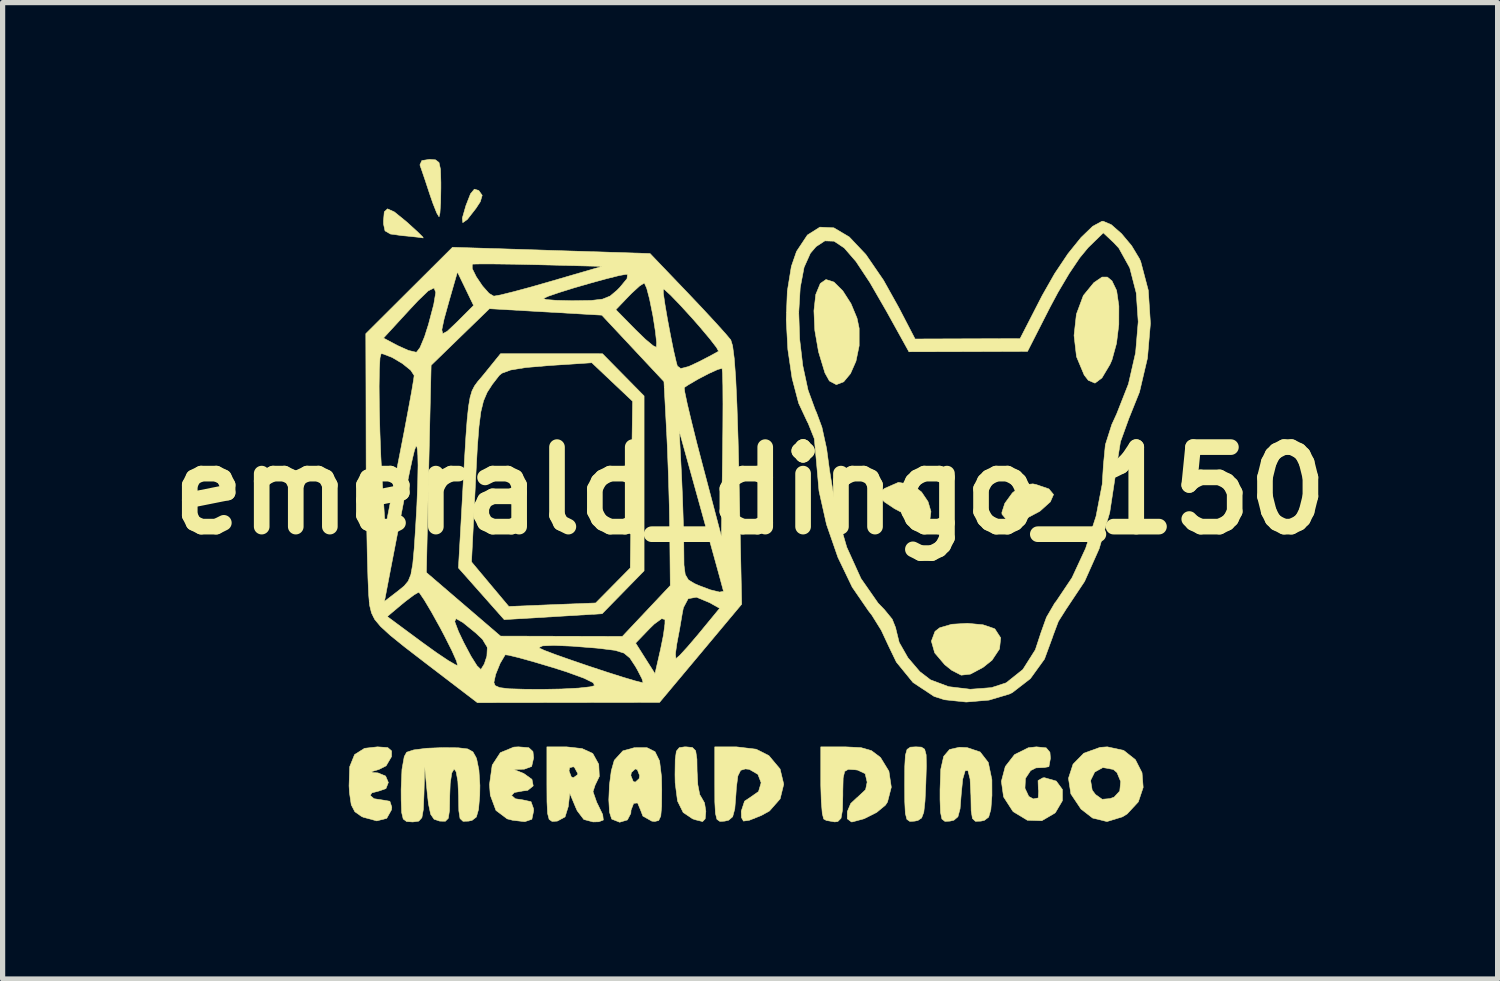
<source format=kicad_pcb>
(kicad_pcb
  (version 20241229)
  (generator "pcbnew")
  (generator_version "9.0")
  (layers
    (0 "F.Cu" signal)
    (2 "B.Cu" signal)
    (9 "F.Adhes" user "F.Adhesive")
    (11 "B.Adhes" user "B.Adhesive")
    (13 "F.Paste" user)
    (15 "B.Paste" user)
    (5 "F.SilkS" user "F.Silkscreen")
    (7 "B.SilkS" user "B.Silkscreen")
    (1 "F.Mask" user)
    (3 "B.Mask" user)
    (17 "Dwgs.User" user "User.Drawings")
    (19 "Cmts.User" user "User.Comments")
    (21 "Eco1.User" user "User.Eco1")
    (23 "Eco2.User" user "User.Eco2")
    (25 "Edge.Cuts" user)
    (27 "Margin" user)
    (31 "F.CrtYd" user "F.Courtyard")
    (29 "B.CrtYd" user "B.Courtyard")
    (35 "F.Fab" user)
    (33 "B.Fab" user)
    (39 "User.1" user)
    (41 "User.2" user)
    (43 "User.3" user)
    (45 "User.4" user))
  (footprint "emerald_dingo_150"
    (layer "F.Cu")
    (at 11.328 6.355)
    (property "Reference" "emerald_dingo_150" (at 0 0 0) (layer "F.SilkS") (effects (font (size 1.524 1.524) (thickness 0.3))))
    (attr through_hole)
    (fp_poly (pts (xy -5.205 -5.755) (xy -5.199 -5.751) (xy -5.135 -5.661) (xy -5.171 -5.539) (xy -5.254 -5.412) (xy -5.42 -5.199) (xy -5.507 -5.137) (xy -5.516 -5.224) (xy -5.448 -5.462) (xy -5.359 -5.69) (xy -5.285 -5.779) (xy -5.205 -5.755)) (stroke (width 0.01) (type solid)) (fill yes) (layer "F.SilkS"))
    (fp_poly (pts (xy -6.819 -5.343) (xy -6.597 -5.163) (xy -6.555 -5.126) (xy -6.378 -4.965) (xy -6.276 -4.864) (xy -6.265 -4.844) (xy -6.369 -4.858) (xy -6.577 -4.88) (xy -6.668 -4.888) (xy -6.894 -4.919) (xy -6.998 -4.98) (xy -7.026 -5.11) (xy -7.027 -5.17) (xy -7.012 -5.344) (xy -6.95 -5.402) (xy -6.819 -5.343)) (stroke (width 0.01) (type solid)) (fill yes) (layer "F.SilkS"))
    (fp_poly (pts (xy 3.109 -0.111) (xy 3.287 0.027) (xy 3.411 0.211) (xy 3.467 0.401) (xy 3.448 0.544) (xy 3.365 0.589) (xy 3.219 0.554) (xy 3.011 0.474) (xy 3.006 0.471) (xy 2.768 0.345) (xy 2.582 0.221) (xy 2.466 0.114) (xy 2.481 0.038) (xy 2.577 -0.042) (xy 2.844 -0.159) (xy 3.109 -0.111)) (stroke (width 0.01) (type solid)) (fill yes) (layer "F.SilkS"))
    (fp_poly (pts (xy 5.48 -0.118) (xy 5.728 -0.033) (xy 5.817 0.074) (xy 5.756 0.214) (xy 5.553 0.396) (xy 5.318 0.52) (xy 5.092 0.577) (xy 4.916 0.557) (xy 4.829 0.453) (xy 4.826 0.419) (xy 4.883 0.243) (xy 5.023 0.05) (xy 5.036 0.036) (xy 5.228 -0.109) (xy 5.421 -0.13) (xy 5.48 -0.118)) (stroke (width 0.01) (type solid)) (fill yes) (layer "F.SilkS"))
    (fp_poly (pts (xy -6.029 -6.341) (xy -5.963 -6.29) (xy -5.934 -6.158) (xy -5.927 -5.906) (xy -5.927 -5.8) (xy -5.932 -5.519) (xy -5.945 -5.321) (xy -5.962 -5.249) (xy -6.006 -5.322) (xy -6.081 -5.511) (xy -6.144 -5.694) (xy -6.232 -5.961) (xy -6.303 -6.169) (xy -6.329 -6.244) (xy -6.292 -6.327) (xy -6.147 -6.35) (xy -6.029 -6.341)) (stroke (width 0.01) (type solid)) (fill yes) (layer "F.SilkS"))
    (fp_poly (pts (xy 4.465 2.571) (xy 4.681 2.644) (xy 4.695 2.654) (xy 4.804 2.822) (xy 4.781 3.034) (xy 4.637 3.251) (xy 4.464 3.389) (xy 4.223 3.517) (xy 4.047 3.537) (xy 3.866 3.444) (xy 3.732 3.337) (xy 3.539 3.11) (xy 3.475 2.885) (xy 3.545 2.698) (xy 3.635 2.628) (xy 3.866 2.561) (xy 4.168 2.543) (xy 4.465 2.571)) (stroke (width 0.01) (type solid)) (fill yes) (layer "F.SilkS"))
    (fp_poly (pts (xy 1.608 -3.998) (xy 1.777 -3.83) (xy 1.934 -3.585) (xy 2.05 -3.306) (xy 2.091 -3.111) (xy 2.091 -2.778) (xy 2.03 -2.482) (xy 1.925 -2.244) (xy 1.794 -2.086) (xy 1.653 -2.032) (xy 1.52 -2.103) (xy 1.435 -2.256) (xy 1.312 -2.662) (xy 1.241 -3.071) (xy 1.224 -3.448) (xy 1.259 -3.76) (xy 1.346 -3.971) (xy 1.455 -4.047) (xy 1.608 -3.998)) (stroke (width 0.01) (type solid)) (fill yes) (layer "F.SilkS"))
    (fp_poly (pts (xy 6.937 -4.021) (xy 7.026 -3.836) (xy 7.069 -3.54) (xy 7.068 -3.185) (xy 7.024 -2.824) (xy 6.937 -2.507) (xy 6.898 -2.418) (xy 6.744 -2.16) (xy 6.611 -2.061) (xy 6.483 -2.115) (xy 6.404 -2.217) (xy 6.257 -2.568) (xy 6.21 -2.974) (xy 6.255 -3.382) (xy 6.388 -3.74) (xy 6.589 -3.986) (xy 6.747 -4.094) (xy 6.848 -4.094) (xy 6.937 -4.021)) (stroke (width 0.01) (type solid)) (fill yes) (layer "F.SilkS"))
    (fp_poly (pts (xy 3.284 4.916) (xy 3.346 4.956) (xy 3.375 5.064) (xy 3.379 5.274) (xy 3.369 5.609) (xy 3.353 5.953) (xy 3.33 6.163) (xy 3.288 6.274) (xy 3.217 6.322) (xy 3.154 6.335) (xy 3.062 6.34) (xy 3.006 6.301) (xy 2.976 6.186) (xy 2.965 5.964) (xy 2.963 5.636) (xy 2.965 5.286) (xy 2.977 5.072) (xy 3.009 4.96) (xy 3.072 4.917) (xy 3.174 4.911) (xy 3.178 4.911) (xy 3.284 4.916)) (stroke (width 0.01) (type solid)) (fill yes) (layer "F.SilkS"))
    (fp_poly (pts (xy -1.106 4.923) (xy -1.043 4.987) (xy -1.019 5.146) (xy -1.016 5.371) (xy -1.002 5.636) (xy -0.965 5.827) (xy -0.931 5.884) (xy -0.873 5.986) (xy -0.848 6.147) (xy -0.861 6.291) (xy -0.91 6.343) (xy -1.04 6.311) (xy -1.101 6.291) (xy -1.282 6.17) (xy -1.391 5.949) (xy -1.436 5.6) (xy -1.439 5.445) (xy -1.435 5.154) (xy -1.413 4.994) (xy -1.357 4.926) (xy -1.253 4.911) (xy -1.228 4.911) (xy -1.106 4.923)) (stroke (width 0.01) (type solid)) (fill yes) (layer "F.SilkS"))
    (fp_poly (pts (xy -6.945 4.925) (xy -6.872 4.989) (xy -6.873 5.098) (xy -6.977 5.275) (xy -7.112 5.343) (xy -7.254 5.386) (xy -7.237 5.404) (xy -7.133 5.41) (xy -6.986 5.471) (xy -6.934 5.594) (xy -6.98 5.711) (xy -7.112 5.757) (xy -7.25 5.793) (xy -7.281 5.842) (xy -7.209 5.905) (xy -7.064 5.927) (xy -6.905 5.954) (xy -6.868 6.066) (xy -6.873 6.117) (xy -6.965 6.281) (xy -7.156 6.33) (xy -7.418 6.259) (xy -7.451 6.243) (xy -7.576 6.155) (xy -7.645 6.022) (xy -7.679 5.791) (xy -7.687 5.659) (xy -7.675 5.292) (xy -7.581 5.059) (xy -7.39 4.939) (xy -7.142 4.911) (xy -6.945 4.925)) (stroke (width 0.01) (type solid)) (fill yes) (layer "F.SilkS"))
    (fp_poly (pts (xy -4.242 4.927) (xy -4.162 5.001) (xy -4.149 5.122) (xy -4.187 5.287) (xy -4.328 5.339) (xy -4.339 5.339) (xy -4.53 5.345) (xy -4.339 5.421) (xy -4.181 5.534) (xy -4.157 5.659) (xy -4.262 5.745) (xy -4.36 5.757) (xy -4.519 5.786) (xy -4.572 5.842) (xy -4.5 5.906) (xy -4.36 5.927) (xy -4.199 5.962) (xy -4.15 6.099) (xy -4.149 6.138) (xy -4.183 6.299) (xy -4.315 6.344) (xy -4.339 6.343) (xy -4.552 6.318) (xy -4.657 6.291) (xy -4.871 6.13) (xy -4.98 5.837) (xy -4.995 5.633) (xy -4.943 5.261) (xy -4.787 5.022) (xy -4.53 4.916) (xy -4.44 4.911) (xy -4.242 4.927)) (stroke (width 0.01) (type solid)) (fill yes) (layer "F.SilkS"))
    (fp_poly (pts (xy 7.161 4.979) (xy 7.386 5.157) (xy 7.513 5.407) (xy 7.535 5.689) (xy 7.442 5.966) (xy 7.228 6.197) (xy 7.139 6.252) (xy 6.841 6.343) (xy 6.566 6.276) (xy 6.343 6.103) (xy 6.149 5.813) (xy 6.109 5.554) (xy 6.527 5.554) (xy 6.558 5.741) (xy 6.621 5.825) (xy 6.749 5.916) (xy 6.899 5.903) (xy 6.978 5.875) (xy 7.086 5.758) (xy 7.104 5.575) (xy 7.033 5.404) (xy 6.962 5.344) (xy 6.762 5.308) (xy 6.606 5.394) (xy 6.527 5.554) (xy 6.109 5.554) (xy 6.103 5.514) (xy 6.191 5.243) (xy 6.397 5.033) (xy 6.708 4.921) (xy 6.848 4.911) (xy 7.161 4.979)) (stroke (width 0.01) (type solid)) (fill yes) (layer "F.SilkS"))
    (fp_poly (pts (xy 4.162 4.926) (xy 4.41 5.009) (xy 4.566 5.21) (xy 4.635 5.541) (xy 4.636 5.842) (xy 4.615 6.113) (xy 4.573 6.258) (xy 4.491 6.32) (xy 4.424 6.335) (xy 4.319 6.338) (xy 4.262 6.284) (xy 4.238 6.136) (xy 4.233 5.856) (xy 4.233 5.848) (xy 4.217 5.528) (xy 4.176 5.367) (xy 4.124 5.366) (xy 4.076 5.529) (xy 4.047 5.821) (xy 4.025 6.099) (xy 3.984 6.251) (xy 3.907 6.317) (xy 3.831 6.335) (xy 3.734 6.339) (xy 3.677 6.294) (xy 3.65 6.167) (xy 3.641 5.923) (xy 3.641 5.731) (xy 3.655 5.341) (xy 3.711 5.093) (xy 3.824 4.961) (xy 4.012 4.919) (xy 4.162 4.926)) (stroke (width 0.01) (type solid)) (fill yes) (layer "F.SilkS"))
    (fp_poly (pts (xy 5.676 4.93) (xy 5.748 5.016) (xy 5.757 5.131) (xy 5.728 5.291) (xy 5.639 5.307) (xy 5.479 5.314) (xy 5.377 5.366) (xy 5.278 5.516) (xy 5.269 5.705) (xy 5.342 5.861) (xy 5.429 5.909) (xy 5.524 5.89) (xy 5.531 5.756) (xy 5.525 5.719) (xy 5.52 5.557) (xy 5.612 5.505) (xy 5.646 5.503) (xy 5.869 5.567) (xy 5.987 5.728) (xy 5.987 5.943) (xy 5.856 6.166) (xy 5.842 6.181) (xy 5.592 6.327) (xy 5.315 6.318) (xy 5.048 6.156) (xy 5.034 6.142) (xy 4.859 5.87) (xy 4.817 5.572) (xy 4.892 5.288) (xy 5.069 5.06) (xy 5.334 4.928) (xy 5.488 4.911) (xy 5.676 4.93)) (stroke (width 0.01) (type solid)) (fill yes) (layer "F.SilkS"))
    (fp_poly (pts (xy 0.116 4.956) (xy 0.36 5.079) (xy 0.575 5.336) (xy 0.645 5.627) (xy 0.576 5.908) (xy 0.372 6.14) (xy 0.215 6.227) (xy -0.014 6.318) (xy -0.127 6.334) (xy -0.165 6.267) (xy -0.169 6.144) (xy -0.106 5.952) (xy -0.008 5.887) (xy 0.162 5.768) (xy 0.212 5.599) (xy 0.15 5.438) (xy -0.015 5.342) (xy -0.091 5.334) (xy -0.181 5.361) (xy -0.234 5.468) (xy -0.263 5.692) (xy -0.271 5.821) (xy -0.293 6.099) (xy -0.334 6.251) (xy -0.411 6.317) (xy -0.487 6.335) (xy -0.579 6.34) (xy -0.635 6.301) (xy -0.664 6.186) (xy -0.676 5.964) (xy -0.677 5.636) (xy -0.677 4.911) (xy -0.265 4.911) (xy 0.116 4.956)) (stroke (width 0.01) (type solid)) (fill yes) (layer "F.SilkS"))
    (fp_poly (pts (xy -3.22 4.944) (xy -3.021 5.035) (xy -3.012 5.044) (xy -2.901 5.245) (xy -2.89 5.478) (xy -2.971 5.646) (xy -3.011 5.77) (xy -2.939 5.977) (xy -2.928 5.997) (xy -2.825 6.21) (xy -2.813 6.314) (xy -2.9 6.347) (xy -3.01 6.35) (xy -3.187 6.303) (xy -3.314 6.136) (xy -3.341 6.076) (xy -3.456 5.801) (xy -3.485 6.055) (xy -3.547 6.254) (xy -3.692 6.333) (xy -3.704 6.335) (xy -3.796 6.34) (xy -3.852 6.301) (xy -3.882 6.186) (xy -3.893 5.964) (xy -3.895 5.636) (xy -3.895 5.371) (xy -3.471 5.371) (xy -3.427 5.487) (xy -3.387 5.503) (xy -3.304 5.443) (xy -3.302 5.424) (xy -3.364 5.309) (xy -3.387 5.292) (xy -3.459 5.311) (xy -3.471 5.371) (xy -3.895 5.371) (xy -3.895 4.911) (xy -3.52 4.911) (xy -3.22 4.944)) (stroke (width 0.01) (type solid)) (fill yes) (layer "F.SilkS"))
    (fp_poly (pts (xy -1.976 4.927) (xy -1.822 5.004) (xy -1.735 5.181) (xy -1.698 5.485) (xy -1.693 5.731) (xy -1.696 6.052) (xy -1.712 6.238) (xy -1.752 6.323) (xy -1.826 6.341) (xy -1.884 6.335) (xy -2.055 6.238) (xy -2.102 6.116) (xy -2.156 5.986) (xy -2.232 5.994) (xy -2.282 6.124) (xy -2.286 6.186) (xy -2.352 6.312) (xy -2.5 6.356) (xy -2.649 6.297) (xy -2.653 6.294) (xy -2.695 6.163) (xy -2.708 5.926) (xy -2.696 5.642) (xy -2.672 5.461) (xy -2.286 5.461) (xy -2.24 5.574) (xy -2.201 5.588) (xy -2.126 5.519) (xy -2.117 5.461) (xy -2.162 5.348) (xy -2.201 5.334) (xy -2.276 5.403) (xy -2.286 5.461) (xy -2.672 5.461) (xy -2.661 5.372) (xy -2.605 5.174) (xy -2.6 5.165) (xy -2.439 4.988) (xy -2.215 4.926) (xy -1.976 4.927)) (stroke (width 0.01) (type solid)) (fill yes) (layer "F.SilkS"))
    (fp_poly (pts (xy 2.127 4.926) (xy 2.327 4.984) (xy 2.489 5.106) (xy 2.502 5.118) (xy 2.661 5.378) (xy 2.707 5.684) (xy 2.634 5.968) (xy 2.594 6.029) (xy 2.426 6.168) (xy 2.185 6.289) (xy 1.963 6.349) (xy 1.942 6.35) (xy 1.863 6.29) (xy 1.864 6.152) (xy 1.929 5.997) (xy 2.046 5.887) (xy 2.053 5.883) (xy 2.214 5.732) (xy 2.244 5.588) (xy 2.206 5.425) (xy 2.063 5.357) (xy 2.011 5.35) (xy 1.882 5.342) (xy 1.813 5.382) (xy 1.784 5.507) (xy 1.778 5.755) (xy 1.778 5.836) (xy 1.771 6.124) (xy 1.743 6.28) (xy 1.682 6.342) (xy 1.623 6.35) (xy 1.462 6.322) (xy 1.411 6.294) (xy 1.384 6.188) (xy 1.365 5.957) (xy 1.355 5.648) (xy 1.355 5.574) (xy 1.355 4.911) (xy 1.824 4.911) (xy 2.127 4.926)) (stroke (width 0.01) (type solid)) (fill yes) (layer "F.SilkS"))
    (fp_poly (pts (xy -2.032 -1.815) (xy -2.032 1.537) (xy -2.434 1.948) (xy -2.836 2.359) (xy -3.775 2.416) (xy -4.713 2.472) (xy -5.59 1.482) (xy -5.584 1.366) (xy -5.34 1.366) (xy -4.983 1.793) (xy -4.625 2.22) (xy -3.793 2.186) (xy -2.96 2.153) (xy -2.628 1.817) (xy -2.297 1.482) (xy -2.275 -0.115) (xy -2.252 -1.713) (xy -3.034 -2.452) (xy -3.867 -2.397) (xy -4.3 -2.36) (xy -4.589 -2.313) (xy -4.757 -2.251) (xy -4.808 -2.209) (xy -4.94 -2.039) (xy -5.039 -1.886) (xy -5.11 -1.72) (xy -5.161 -1.511) (xy -5.197 -1.229) (xy -5.227 -0.846) (xy -5.255 -0.33) (xy -5.263 -0.161) (xy -5.34 1.366) (xy -5.584 1.366) (xy -5.547 0.72) (xy -5.507 -0.006) (xy -5.475 -0.582) (xy -5.448 -1.029) (xy -5.423 -1.366) (xy -5.397 -1.612) (xy -5.367 -1.788) (xy -5.33 -1.913) (xy -5.282 -2.007) (xy -5.222 -2.089) (xy -5.145 -2.179) (xy -5.093 -2.242) (xy -4.784 -2.624) (xy -2.83 -2.625) (xy -2.032 -1.815)) (stroke (width 0.01) (type solid)) (fill yes) (layer "F.SilkS"))
    (fp_poly (pts (xy -5.594 4.929) (xy -5.412 4.951) (xy -5.313 5.007) (xy -5.254 5.111) (xy -5.241 5.144) (xy -5.198 5.355) (xy -5.179 5.651) (xy -5.182 5.836) (xy -5.205 6.11) (xy -5.247 6.256) (xy -5.329 6.32) (xy -5.397 6.335) (xy -5.503 6.338) (xy -5.56 6.284) (xy -5.583 6.136) (xy -5.588 5.856) (xy -5.588 5.848) (xy -5.601 5.575) (xy -5.634 5.39) (xy -5.673 5.334) (xy -5.718 5.411) (xy -5.748 5.613) (xy -5.757 5.848) (xy -5.762 6.131) (xy -5.785 6.281) (xy -5.841 6.337) (xy -5.945 6.335) (xy -5.948 6.335) (xy -6.057 6.299) (xy -6.123 6.203) (xy -6.165 6.005) (xy -6.188 5.8) (xy -6.237 5.292) (xy -6.251 5.821) (xy -6.263 6.11) (xy -6.291 6.268) (xy -6.351 6.335) (xy -6.46 6.35) (xy -6.477 6.35) (xy -6.585 6.342) (xy -6.649 6.294) (xy -6.679 6.169) (xy -6.688 5.933) (xy -6.689 5.725) (xy -6.673 5.344) (xy -6.629 5.097) (xy -6.583 5.014) (xy -6.449 4.97) (xy -6.2 4.938) (xy -5.901 4.926) (xy -5.594 4.929)) (stroke (width 0.01) (type solid)) (fill yes) (layer "F.SilkS"))
    (fp_poly (pts (xy 6.924 -5.098) (xy 7.12 -4.926) (xy 7.314 -4.694) (xy 7.464 -4.445) (xy 7.488 -4.39) (xy 7.633 -3.84) (xy 7.674 -3.206) (xy 7.617 -2.54) (xy 7.464 -1.889) (xy 7.258 -1.376) (xy 7.099 -0.935) (xy 7.009 -0.37) (xy 7.003 -0.296) (xy 6.894 0.42) (xy 6.691 1.114) (xy 6.412 1.74) (xy 6.073 2.249) (xy 6.069 2.254) (xy 5.909 2.507) (xy 5.805 2.784) (xy 5.803 2.794) (xy 5.643 3.229) (xy 5.372 3.604) (xy 5.027 3.871) (xy 4.969 3.899) (xy 4.58 4.015) (xy 4.141 4.052) (xy 3.727 4.008) (xy 3.527 3.944) (xy 3.123 3.677) (xy 2.804 3.286) (xy 2.658 2.984) (xy 2.515 2.677) (xy 2.334 2.386) (xy 2.27 2.304) (xy 1.958 1.85) (xy 1.684 1.28) (xy 1.465 0.648) (xy 1.321 0.006) (xy 1.269 -0.585) (xy 1.231 -0.997) (xy 1.11 -1.299) (xy 1.101 -1.312) (xy 0.931 -1.676) (xy 0.805 -2.156) (xy 0.724 -2.706) (xy 0.693 -3.278) (xy 0.698 -3.418) (xy 0.933 -3.418) (xy 0.95 -2.906) (xy 1.01 -2.396) (xy 1.111 -1.927) (xy 1.252 -1.541) (xy 1.271 -1.502) (xy 1.377 -1.215) (xy 1.467 -0.805) (xy 1.522 -0.397) (xy 1.649 0.382) (xy 1.853 1.084) (xy 2.125 1.684) (xy 2.454 2.156) (xy 2.574 2.28) (xy 2.724 2.463) (xy 2.793 2.635) (xy 2.794 2.649) (xy 2.858 2.909) (xy 3.025 3.202) (xy 3.254 3.47) (xy 3.459 3.627) (xy 3.806 3.757) (xy 4.22 3.807) (xy 4.626 3.776) (xy 4.908 3.684) (xy 5.228 3.429) (xy 5.468 3.05) (xy 5.575 2.724) (xy 5.681 2.428) (xy 5.84 2.155) (xy 5.868 2.121) (xy 6.171 1.669) (xy 6.432 1.106) (xy 6.632 0.49) (xy 6.75 -0.123) (xy 6.773 -0.494) (xy 6.81 -0.879) (xy 6.933 -1.266) (xy 7.027 -1.471) (xy 7.253 -2.046) (xy 7.39 -2.645) (xy 7.44 -3.237) (xy 7.402 -3.79) (xy 7.278 -4.271) (xy 7.068 -4.65) (xy 6.972 -4.753) (xy 6.771 -4.942) (xy 6.48 -4.659) (xy 6.32 -4.465) (xy 6.117 -4.164) (xy 5.902 -3.801) (xy 5.753 -3.523) (xy 5.318 -2.669) (xy 4.182 -2.665) (xy 3.045 -2.662) (xy 2.615 -3.438) (xy 2.297 -3.989) (xy 2.031 -4.391) (xy 1.805 -4.652) (xy 1.61 -4.782) (xy 1.433 -4.788) (xy 1.265 -4.678) (xy 1.156 -4.551) (xy 1.035 -4.281) (xy 0.961 -3.89) (xy 0.933 -3.418) (xy 0.698 -3.418) (xy 0.714 -3.824) (xy 0.791 -4.298) (xy 0.89 -4.585) (xy 1.099 -4.9) (xy 1.338 -5.051) (xy 1.606 -5.038) (xy 1.901 -4.863) (xy 2.219 -4.527) (xy 2.558 -4.033) (xy 2.852 -3.506) (xy 3.163 -2.907) (xy 5.175 -2.914) (xy 5.598 -3.738) (xy 5.838 -4.16) (xy 6.093 -4.541) (xy 6.344 -4.852) (xy 6.568 -5.068) (xy 6.744 -5.163) (xy 6.767 -5.165) (xy 6.924 -5.098)) (stroke (width 0.01) (type solid)) (fill yes) (layer "F.SilkS"))
    (fp_poly (pts (xy -3.811 -4.605) (xy -1.918 -4.545) (xy -1.196 -3.791) (xy -0.908 -3.487) (xy -0.656 -3.215) (xy -0.468 -3.006) (xy -0.37 -2.889) (xy -0.335 -2.776) (xy -0.304 -2.537) (xy -0.276 -2.163) (xy -0.252 -1.646) (xy -0.23 -0.977) (xy -0.213 -0.282) (xy -0.161 2.177) (xy -0.948 3.118) (xy -1.736 4.059) (xy -5.227 4.064) (xy -5.733 3.677) (xy -4.911 3.677) (xy -4.887 3.737) (xy -4.798 3.776) (xy -4.616 3.798) (xy -4.313 3.807) (xy -4 3.809) (xy -3.617 3.802) (xy -3.291 3.785) (xy -3.064 3.76) (xy -2.982 3.738) (xy -3.005 3.683) (xy -3.184 3.595) (xy -3.511 3.476) (xy -3.771 3.393) (xy -4.133 3.285) (xy -4.43 3.202) (xy -4.628 3.154) (xy -4.694 3.146) (xy -4.791 3.31) (xy -4.877 3.522) (xy -4.911 3.677) (xy -5.733 3.677) (xy -6.233 3.295) (xy -6.624 2.994) (xy -6.9 2.771) (xy -7.083 2.603) (xy -7.195 2.469) (xy -7.223 2.413) (xy -6.955 2.413) (xy -6.298 2.899) (xy -6.015 3.103) (xy -5.785 3.257) (xy -5.64 3.341) (xy -5.606 3.349) (xy -5.628 3.264) (xy -5.716 3.066) (xy -5.855 2.79) (xy -5.939 2.63) (xy -6.007 2.508) (xy -5.662 2.508) (xy -5.59 2.699) (xy -5.489 2.911) (xy -5.35 3.173) (xy -5.234 3.357) (xy -5.163 3.426) (xy -5.158 3.425) (xy -5.095 3.323) (xy -5.045 3.172) (xy -5.037 3.007) (xy -4.045 3.007) (xy -4.038 3.018) (xy -3.943 3.062) (xy -3.729 3.143) (xy -3.434 3.247) (xy -3.095 3.363) (xy -2.75 3.477) (xy -2.438 3.576) (xy -2.196 3.648) (xy -2.063 3.681) (xy -2.05 3.68) (xy -2.073 3.604) (xy -2.16 3.435) (xy -2.199 3.367) (xy -2.304 3.208) (xy -2.417 3.114) (xy -2.588 3.061) (xy -2.868 3.026) (xy -2.943 3.018) (xy -3.41 2.981) (xy -3.76 2.966) (xy -3.977 2.975) (xy -4.045 3.007) (xy -5.037 3.007) (xy -5.036 3.004) (xy -5.086 2.922) (xy -2.194 2.922) (xy -2.009 3.215) (xy -1.823 3.508) (xy -1.736 3.128) (xy -1.431 3.128) (xy -1.422 3.216) (xy -1.418 3.217) (xy -1.348 3.157) (xy -1.201 2.997) (xy -1.008 2.771) (xy -0.979 2.736) (xy -0.583 2.255) (xy -0.778 2.146) (xy -1.028 2.042) (xy -1.187 2.071) (xy -1.278 2.243) (xy -1.299 2.349) (xy -1.35 2.649) (xy -1.404 2.935) (xy -1.405 2.942) (xy -1.431 3.128) (xy -1.736 3.128) (xy -1.717 3.045) (xy -1.661 2.769) (xy -1.632 2.553) (xy -1.631 2.471) (xy -1.694 2.453) (xy -1.838 2.558) (xy -1.923 2.641) (xy -2.194 2.922) (xy -5.086 2.922) (xy -5.129 2.85) (xy -5.259 2.727) (xy -5.504 2.528) (xy -5.636 2.453) (xy -5.662 2.508) (xy -6.007 2.508) (xy -6.105 2.331) (xy -6.243 2.099) (xy -6.333 1.966) (xy -6.353 1.947) (xy -6.44 1.997) (xy -6.605 2.121) (xy -6.677 2.18) (xy -6.955 2.413) (xy -7.223 2.413) (xy -7.257 2.344) (xy -7.291 2.206) (xy -7.296 2.173) (xy -7.3 2.124) (xy -7.009 2.124) (xy -6.743 1.919) (xy -6.63 1.827) (xy -6.553 1.734) (xy -6.501 1.605) (xy -6.495 1.569) (xy -6.205 1.569) (xy -4.784 2.788) (xy -3.616 2.791) (xy -2.448 2.794) (xy -1.989 2.307) (xy -1.53 1.82) (xy -1.539 0.847) (xy -1.548 0.319) (xy -1.565 -0.282) (xy -1.587 -0.86) (xy -1.599 -1.109) (xy -1.601 -1.143) (xy -1.358 -1.143) (xy -1.314 -0.296) (xy -1.295 0.148) (xy -1.28 0.606) (xy -1.271 1.001) (xy -1.27 1.122) (xy -1.267 1.426) (xy -1.243 1.607) (xy -1.183 1.71) (xy -1.066 1.781) (xy -0.995 1.813) (xy -0.762 1.901) (xy -0.585 1.944) (xy -0.51 1.93) (xy -0.51 1.926) (xy -0.533 1.842) (xy -0.593 1.62) (xy -0.685 1.287) (xy -0.801 0.868) (xy -0.933 0.388) (xy -0.935 0.381) (xy -1.358 -1.143) (xy -1.601 -1.143) (xy -1.645 -1.976) (xy -1.262 -1.976) (xy -1.252 -1.89) (xy -1.205 -1.667) (xy -1.126 -1.335) (xy -1.023 -0.92) (xy -0.923 -0.537) (xy -0.55 0.875) (xy -0.527 -0.718) (xy -0.522 -1.219) (xy -0.52 -1.659) (xy -0.522 -2.011) (xy -0.528 -2.248) (xy -0.537 -2.344) (xy -0.538 -2.344) (xy -0.619 -2.323) (xy -0.791 -2.245) (xy -0.998 -2.137) (xy -1.184 -2.028) (xy -1.262 -1.976) (xy -1.645 -1.976) (xy -1.651 -2.091) (xy -2.246 -2.727) (xy -2.842 -3.364) (xy -3.919 -3.426) (xy -4.668 -3.469) (xy -2.573 -3.469) (xy -2.202 -3.091) (xy -2.005 -2.9) (xy -1.857 -2.777) (xy -1.796 -2.748) (xy -1.792 -2.842) (xy -1.816 -3.058) (xy -1.862 -3.351) (xy -1.868 -3.381) (xy -1.927 -3.673) (xy -1.978 -3.867) (xy -1.665 -3.867) (xy -1.662 -3.778) (xy -1.632 -3.571) (xy -1.584 -3.29) (xy -1.526 -2.982) (xy -1.468 -2.693) (xy -1.416 -2.469) (xy -1.394 -2.389) (xy -1.33 -2.341) (xy -1.179 -2.379) (xy -0.997 -2.463) (xy -0.778 -2.576) (xy -0.633 -2.655) (xy -0.604 -2.673) (xy -0.643 -2.744) (xy -0.772 -2.911) (xy -0.97 -3.146) (xy -1.104 -3.299) (xy -1.336 -3.553) (xy -1.523 -3.747) (xy -1.64 -3.854) (xy -1.665 -3.867) (xy -1.978 -3.867) (xy -1.984 -3.886) (xy -2.026 -3.978) (xy -2.03 -3.979) (xy -2.117 -3.924) (xy -2.27 -3.784) (xy -2.329 -3.724) (xy -2.573 -3.469) (xy -4.668 -3.469) (xy -4.996 -3.488) (xy -5.555 -2.946) (xy -6.114 -2.403) (xy -6.16 -0.417) (xy -6.205 1.569) (xy -6.495 1.569) (xy -6.466 1.407) (xy -6.438 1.105) (xy -6.412 0.709) (xy -6.387 0.271) (xy -6.371 -0.145) (xy -6.365 -0.486) (xy -6.369 -0.677) (xy -6.377 -0.785) (xy -6.388 -0.847) (xy -6.405 -0.85) (xy -6.432 -0.778) (xy -6.471 -0.618) (xy -6.528 -0.354) (xy -6.604 0.026) (xy -6.704 0.539) (xy -6.831 1.197) (xy -6.891 1.507) (xy -7.009 2.124) (xy -7.3 2.124) (xy -7.311 1.997) (xy -7.325 1.678) (xy -7.338 1.24) (xy -7.348 0.71) (xy -7.356 0.112) (xy -7.36 -0.527) (xy -7.36 -0.594) (xy -7.363 -1.998) (xy -7.111 -1.998) (xy -7.107 -1.591) (xy -7.096 -1.134) (xy -7.078 -0.657) (xy -7.053 -0.204) (xy -6.993 0.72) (xy -6.719 -0.677) (xy -6.627 -1.15) (xy -6.548 -1.571) (xy -6.486 -1.909) (xy -6.449 -2.133) (xy -6.439 -2.207) (xy -6.505 -2.308) (xy -6.665 -2.437) (xy -6.862 -2.554) (xy -7.036 -2.621) (xy -7.073 -2.625) (xy -7.094 -2.545) (xy -7.106 -2.326) (xy -7.111 -1.998) (xy -7.363 -1.998) (xy -7.366 -2.925) (xy -7.027 -2.925) (xy -6.752 -2.779) (xy -6.549 -2.688) (xy -6.406 -2.654) (xy -6.392 -2.656) (xy -6.326 -2.744) (xy -6.24 -2.95) (xy -6.198 -3.083) (xy -5.909 -3.083) (xy -5.891 -3.01) (xy -5.806 -3.054) (xy -5.649 -3.202) (xy -5.613 -3.237) (xy -5.3 -3.55) (xy -5.365 -3.684) (xy -3.964 -3.684) (xy -3.908 -3.663) (xy -3.721 -3.648) (xy -3.439 -3.641) (xy -3.374 -3.641) (xy -3.043 -3.646) (xy -2.829 -3.671) (xy -2.683 -3.73) (xy -2.552 -3.84) (xy -2.498 -3.895) (xy -2.359 -4.063) (xy -2.35 -4.142) (xy -2.376 -4.147) (xy -2.51 -4.123) (xy -2.751 -4.063) (xy -3.053 -3.98) (xy -3.372 -3.888) (xy -3.66 -3.798) (xy -3.873 -3.725) (xy -3.964 -3.684) (xy -5.365 -3.684) (xy -5.455 -3.871) (xy -5.61 -4.191) (xy -5.768 -3.641) (xy -5.866 -3.288) (xy -5.909 -3.083) (xy -6.198 -3.083) (xy -6.166 -3.182) (xy -6.064 -3.568) (xy -6.025 -3.8) (xy -6.058 -3.885) (xy -6.169 -3.83) (xy -6.367 -3.64) (xy -6.523 -3.473) (xy -7.027 -2.925) (xy -7.366 -2.925) (xy -7.366 -3.009) (xy -6.535 -3.837) (xy -6.03 -4.34) (xy -5.326 -4.34) (xy -5.326 -4.256) (xy -5.248 -4.099) (xy -5.129 -3.923) (xy -5.004 -3.782) (xy -4.913 -3.728) (xy -4.784 -3.751) (xy -4.53 -3.814) (xy -4.189 -3.906) (xy -3.81 -4.015) (xy -2.836 -4.299) (xy -4.064 -4.33) (xy -4.502 -4.34) (xy -4.875 -4.345) (xy -5.154 -4.346) (xy -5.307 -4.343) (xy -5.326 -4.34) (xy -6.03 -4.34) (xy -5.704 -4.665) (xy -3.811 -4.605)) (stroke (width 0.01) (type solid)) (fill yes) (layer "F.SilkS")))
  (gr_rect
    (start -3 -3)
    (end 25.657 15.716)
    (stroke (width 0.1) (type default))
    (fill no)
    (layer "Edge.Cuts")))
</source>
